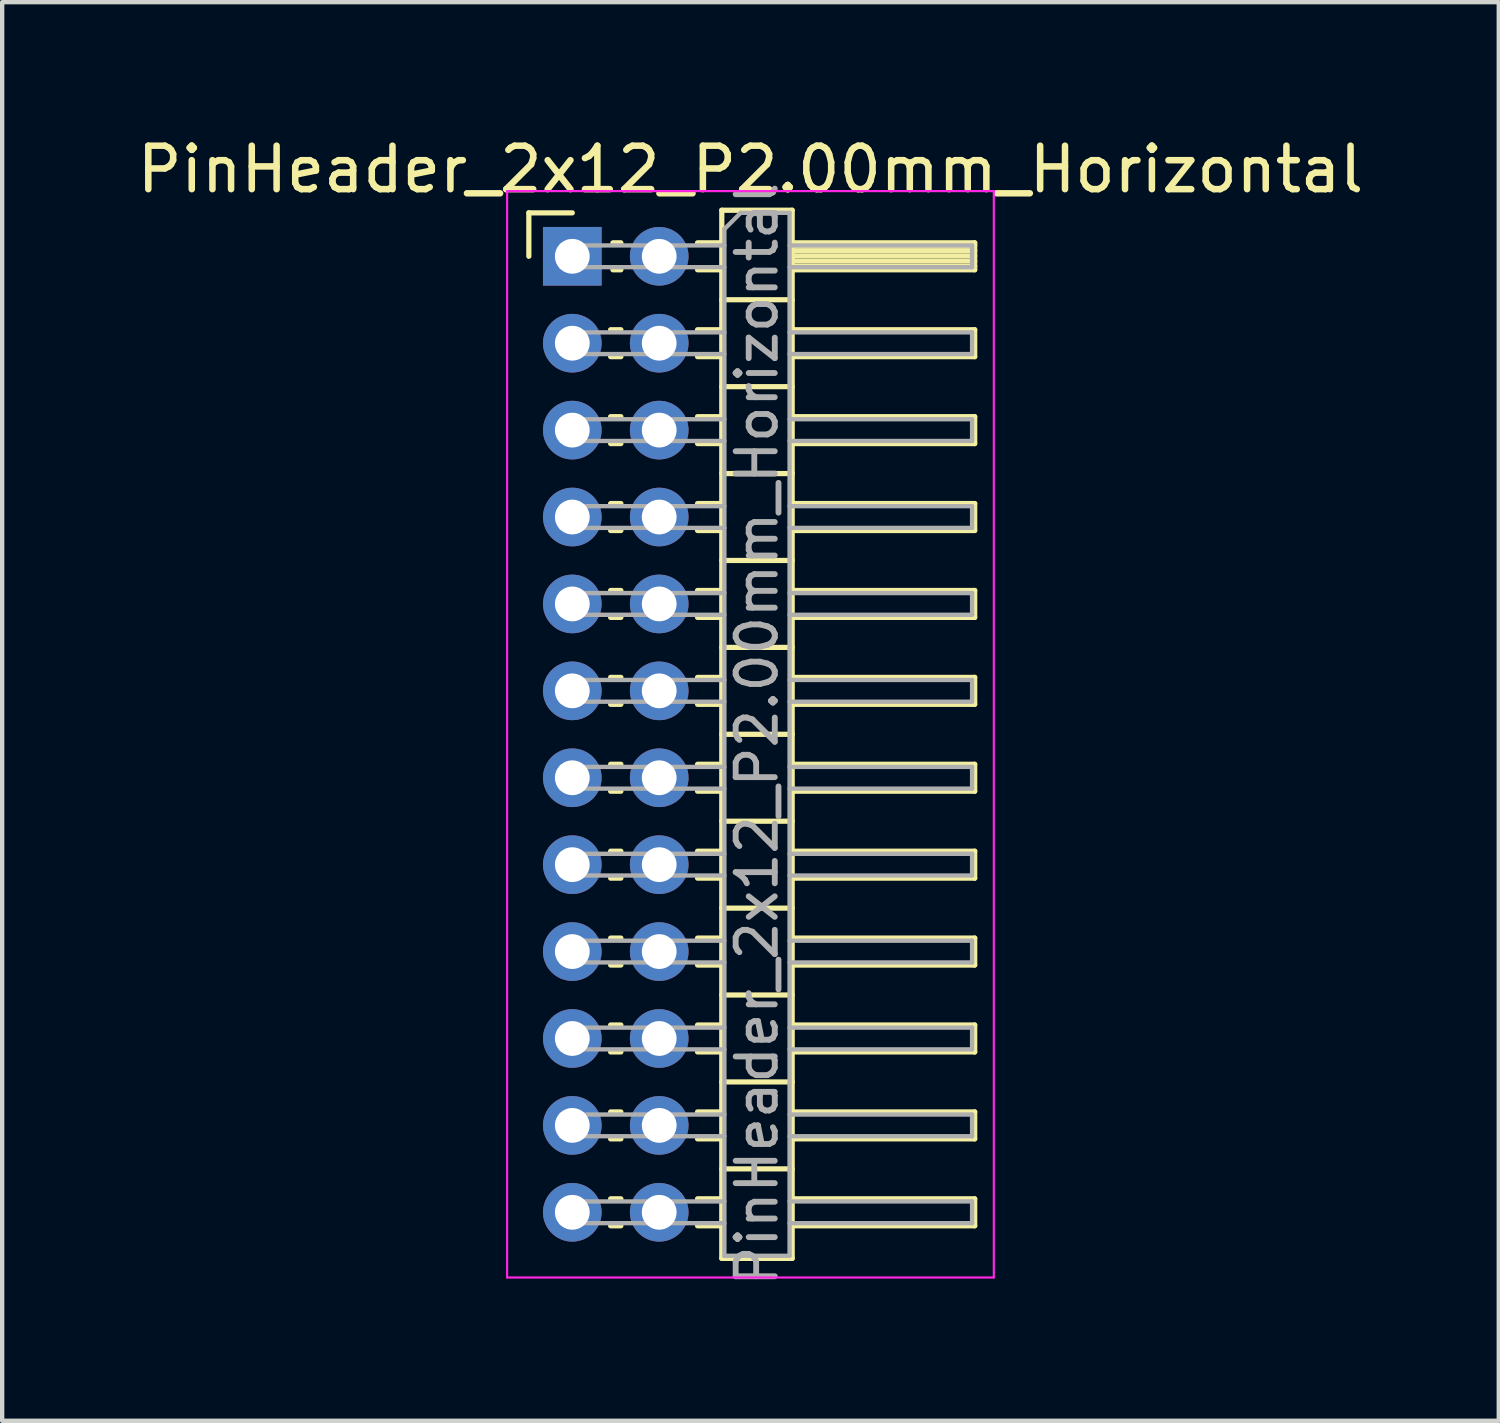
<source format=kicad_pcb>
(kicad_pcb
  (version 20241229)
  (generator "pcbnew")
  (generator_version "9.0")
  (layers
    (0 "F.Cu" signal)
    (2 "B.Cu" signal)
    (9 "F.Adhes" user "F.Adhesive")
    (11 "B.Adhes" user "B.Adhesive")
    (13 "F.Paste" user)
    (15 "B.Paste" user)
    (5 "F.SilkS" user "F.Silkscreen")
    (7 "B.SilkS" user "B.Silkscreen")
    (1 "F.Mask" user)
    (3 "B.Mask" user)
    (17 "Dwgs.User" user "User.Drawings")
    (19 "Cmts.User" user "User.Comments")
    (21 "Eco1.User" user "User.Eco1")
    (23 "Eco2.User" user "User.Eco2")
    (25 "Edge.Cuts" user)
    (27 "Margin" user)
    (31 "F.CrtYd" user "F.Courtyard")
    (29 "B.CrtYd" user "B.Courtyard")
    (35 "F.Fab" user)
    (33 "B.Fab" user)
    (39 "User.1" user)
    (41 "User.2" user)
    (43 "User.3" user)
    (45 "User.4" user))
  (footprint "PinHeader_2x12_P2.00mm_Horizontal"
    (layer "F.Cu")
    (at 10.12 2.848)
    (property "Reference" "PinHeader_2x12_P2.00mm_Horizontal" (at 4.1 -2 0) (layer "F.SilkS") (effects (font (size 1 1) (thickness 0.15))))
    (attr through_hole)
    (fp_line (start -1 -1) (end 0 -1) (stroke (width 0.12) (type solid)) (layer "F.SilkS"))
    (fp_line (start -1 0) (end -1 -1) (stroke (width 0.12) (type solid)) (layer "F.SilkS"))
    (fp_line (start 0.882 1.69) (end 1.118 1.69) (stroke (width 0.12) (type solid)) (layer "F.SilkS"))
    (fp_line (start 0.882 2.31) (end 1.118 2.31) (stroke (width 0.12) (type solid)) (layer "F.SilkS"))
    (fp_line (start 0.882 3.69) (end 1.118 3.69) (stroke (width 0.12) (type solid)) (layer "F.SilkS"))
    (fp_line (start 0.882 4.31) (end 1.118 4.31) (stroke (width 0.12) (type solid)) (layer "F.SilkS"))
    (fp_line (start 0.882 5.69) (end 1.118 5.69) (stroke (width 0.12) (type solid)) (layer "F.SilkS"))
    (fp_line (start 0.882 6.31) (end 1.118 6.31) (stroke (width 0.12) (type solid)) (layer "F.SilkS"))
    (fp_line (start 0.882 7.69) (end 1.118 7.69) (stroke (width 0.12) (type solid)) (layer "F.SilkS"))
    (fp_line (start 0.882 8.31) (end 1.118 8.31) (stroke (width 0.12) (type solid)) (layer "F.SilkS"))
    (fp_line (start 0.882 9.69) (end 1.118 9.69) (stroke (width 0.12) (type solid)) (layer "F.SilkS"))
    (fp_line (start 0.882 10.31) (end 1.118 10.31) (stroke (width 0.12) (type solid)) (layer "F.SilkS"))
    (fp_line (start 0.882 11.69) (end 1.118 11.69) (stroke (width 0.12) (type solid)) (layer "F.SilkS"))
    (fp_line (start 0.882 12.31) (end 1.118 12.31) (stroke (width 0.12) (type solid)) (layer "F.SilkS"))
    (fp_line (start 0.882 13.69) (end 1.118 13.69) (stroke (width 0.12) (type solid)) (layer "F.SilkS"))
    (fp_line (start 0.882 14.31) (end 1.118 14.31) (stroke (width 0.12) (type solid)) (layer "F.SilkS"))
    (fp_line (start 0.882 15.69) (end 1.118 15.69) (stroke (width 0.12) (type solid)) (layer "F.SilkS"))
    (fp_line (start 0.882 16.31) (end 1.118 16.31) (stroke (width 0.12) (type solid)) (layer "F.SilkS"))
    (fp_line (start 0.882 17.69) (end 1.118 17.69) (stroke (width 0.12) (type solid)) (layer "F.SilkS"))
    (fp_line (start 0.882 18.31) (end 1.118 18.31) (stroke (width 0.12) (type solid)) (layer "F.SilkS"))
    (fp_line (start 0.882 19.69) (end 1.118 19.69) (stroke (width 0.12) (type solid)) (layer "F.SilkS"))
    (fp_line (start 0.882 20.31) (end 1.118 20.31) (stroke (width 0.12) (type solid)) (layer "F.SilkS"))
    (fp_line (start 0.882 21.69) (end 1.118 21.69) (stroke (width 0.12) (type solid)) (layer "F.SilkS"))
    (fp_line (start 0.882 22.31) (end 1.118 22.31) (stroke (width 0.12) (type solid)) (layer "F.SilkS"))
    (fp_line (start 0.935 -0.31) (end 1.118 -0.31) (stroke (width 0.12) (type solid)) (layer "F.SilkS"))
    (fp_line (start 0.935 0.31) (end 1.118 0.31) (stroke (width 0.12) (type solid)) (layer "F.SilkS"))
    (fp_line (start 2.882 -0.31) (end 3.44 -0.31) (stroke (width 0.12) (type solid)) (layer "F.SilkS"))
    (fp_line (start 2.882 0.31) (end 3.44 0.31) (stroke (width 0.12) (type solid)) (layer "F.SilkS"))
    (fp_line (start 2.882 1.69) (end 3.44 1.69) (stroke (width 0.12) (type solid)) (layer "F.SilkS"))
    (fp_line (start 2.882 2.31) (end 3.44 2.31) (stroke (width 0.12) (type solid)) (layer "F.SilkS"))
    (fp_line (start 2.882 3.69) (end 3.44 3.69) (stroke (width 0.12) (type solid)) (layer "F.SilkS"))
    (fp_line (start 2.882 4.31) (end 3.44 4.31) (stroke (width 0.12) (type solid)) (layer "F.SilkS"))
    (fp_line (start 2.882 5.69) (end 3.44 5.69) (stroke (width 0.12) (type solid)) (layer "F.SilkS"))
    (fp_line (start 2.882 6.31) (end 3.44 6.31) (stroke (width 0.12) (type solid)) (layer "F.SilkS"))
    (fp_line (start 2.882 7.69) (end 3.44 7.69) (stroke (width 0.12) (type solid)) (layer "F.SilkS"))
    (fp_line (start 2.882 8.31) (end 3.44 8.31) (stroke (width 0.12) (type solid)) (layer "F.SilkS"))
    (fp_line (start 2.882 9.69) (end 3.44 9.69) (stroke (width 0.12) (type solid)) (layer "F.SilkS"))
    (fp_line (start 2.882 10.31) (end 3.44 10.31) (stroke (width 0.12) (type solid)) (layer "F.SilkS"))
    (fp_line (start 2.882 11.69) (end 3.44 11.69) (stroke (width 0.12) (type solid)) (layer "F.SilkS"))
    (fp_line (start 2.882 12.31) (end 3.44 12.31) (stroke (width 0.12) (type solid)) (layer "F.SilkS"))
    (fp_line (start 2.882 13.69) (end 3.44 13.69) (stroke (width 0.12) (type solid)) (layer "F.SilkS"))
    (fp_line (start 2.882 14.31) (end 3.44 14.31) (stroke (width 0.12) (type solid)) (layer "F.SilkS"))
    (fp_line (start 2.882 15.69) (end 3.44 15.69) (stroke (width 0.12) (type solid)) (layer "F.SilkS"))
    (fp_line (start 2.882 16.31) (end 3.44 16.31) (stroke (width 0.12) (type solid)) (layer "F.SilkS"))
    (fp_line (start 2.882 17.69) (end 3.44 17.69) (stroke (width 0.12) (type solid)) (layer "F.SilkS"))
    (fp_line (start 2.882 18.31) (end 3.44 18.31) (stroke (width 0.12) (type solid)) (layer "F.SilkS"))
    (fp_line (start 2.882 19.69) (end 3.44 19.69) (stroke (width 0.12) (type solid)) (layer "F.SilkS"))
    (fp_line (start 2.882 20.31) (end 3.44 20.31) (stroke (width 0.12) (type solid)) (layer "F.SilkS"))
    (fp_line (start 2.882 21.69) (end 3.44 21.69) (stroke (width 0.12) (type solid)) (layer "F.SilkS"))
    (fp_line (start 2.882 22.31) (end 3.44 22.31) (stroke (width 0.12) (type solid)) (layer "F.SilkS"))
    (fp_line (start 3.44 -1.06) (end 3.44 23.06) (stroke (width 0.12) (type solid)) (layer "F.SilkS"))
    (fp_line (start 3.44 1) (end 5.06 1) (stroke (width 0.12) (type solid)) (layer "F.SilkS"))
    (fp_line (start 3.44 3) (end 5.06 3) (stroke (width 0.12) (type solid)) (layer "F.SilkS"))
    (fp_line (start 3.44 5) (end 5.06 5) (stroke (width 0.12) (type solid)) (layer "F.SilkS"))
    (fp_line (start 3.44 7) (end 5.06 7) (stroke (width 0.12) (type solid)) (layer "F.SilkS"))
    (fp_line (start 3.44 9) (end 5.06 9) (stroke (width 0.12) (type solid)) (layer "F.SilkS"))
    (fp_line (start 3.44 11) (end 5.06 11) (stroke (width 0.12) (type solid)) (layer "F.SilkS"))
    (fp_line (start 3.44 13) (end 5.06 13) (stroke (width 0.12) (type solid)) (layer "F.SilkS"))
    (fp_line (start 3.44 15) (end 5.06 15) (stroke (width 0.12) (type solid)) (layer "F.SilkS"))
    (fp_line (start 3.44 17) (end 5.06 17) (stroke (width 0.12) (type solid)) (layer "F.SilkS"))
    (fp_line (start 3.44 19) (end 5.06 19) (stroke (width 0.12) (type solid)) (layer "F.SilkS"))
    (fp_line (start 3.44 21) (end 5.06 21) (stroke (width 0.12) (type solid)) (layer "F.SilkS"))
    (fp_line (start 3.44 23.06) (end 5.06 23.06) (stroke (width 0.12) (type solid)) (layer "F.SilkS"))
    (fp_line (start 5.06 -1.06) (end 3.44 -1.06) (stroke (width 0.12) (type solid)) (layer "F.SilkS"))
    (fp_line (start 5.06 -0.31) (end 9.26 -0.31) (stroke (width 0.12) (type solid)) (layer "F.SilkS"))
    (fp_line (start 5.06 -0.25) (end 9.26 -0.25) (stroke (width 0.12) (type solid)) (layer "F.SilkS"))
    (fp_line (start 5.06 -0.13) (end 9.26 -0.13) (stroke (width 0.12) (type solid)) (layer "F.SilkS"))
    (fp_line (start 5.06 -0.01) (end 9.26 -0.01) (stroke (width 0.12) (type solid)) (layer "F.SilkS"))
    (fp_line (start 5.06 0.11) (end 9.26 0.11) (stroke (width 0.12) (type solid)) (layer "F.SilkS"))
    (fp_line (start 5.06 0.23) (end 9.26 0.23) (stroke (width 0.12) (type solid)) (layer "F.SilkS"))
    (fp_line (start 5.06 1.69) (end 9.26 1.69) (stroke (width 0.12) (type solid)) (layer "F.SilkS"))
    (fp_line (start 5.06 3.69) (end 9.26 3.69) (stroke (width 0.12) (type solid)) (layer "F.SilkS"))
    (fp_line (start 5.06 5.69) (end 9.26 5.69) (stroke (width 0.12) (type solid)) (layer "F.SilkS"))
    (fp_line (start 5.06 7.69) (end 9.26 7.69) (stroke (width 0.12) (type solid)) (layer "F.SilkS"))
    (fp_line (start 5.06 9.69) (end 9.26 9.69) (stroke (width 0.12) (type solid)) (layer "F.SilkS"))
    (fp_line (start 5.06 11.69) (end 9.26 11.69) (stroke (width 0.12) (type solid)) (layer "F.SilkS"))
    (fp_line (start 5.06 13.69) (end 9.26 13.69) (stroke (width 0.12) (type solid)) (layer "F.SilkS"))
    (fp_line (start 5.06 15.69) (end 9.26 15.69) (stroke (width 0.12) (type solid)) (layer "F.SilkS"))
    (fp_line (start 5.06 17.69) (end 9.26 17.69) (stroke (width 0.12) (type solid)) (layer "F.SilkS"))
    (fp_line (start 5.06 19.69) (end 9.26 19.69) (stroke (width 0.12) (type solid)) (layer "F.SilkS"))
    (fp_line (start 5.06 21.69) (end 9.26 21.69) (stroke (width 0.12) (type solid)) (layer "F.SilkS"))
    (fp_line (start 5.06 23.06) (end 5.06 -1.06) (stroke (width 0.12) (type solid)) (layer "F.SilkS"))
    (fp_line (start 9.26 -0.31) (end 9.26 0.31) (stroke (width 0.12) (type solid)) (layer "F.SilkS"))
    (fp_line (start 9.26 0.31) (end 5.06 0.31) (stroke (width 0.12) (type solid)) (layer "F.SilkS"))
    (fp_line (start 9.26 1.69) (end 9.26 2.31) (stroke (width 0.12) (type solid)) (layer "F.SilkS"))
    (fp_line (start 9.26 2.31) (end 5.06 2.31) (stroke (width 0.12) (type solid)) (layer "F.SilkS"))
    (fp_line (start 9.26 3.69) (end 9.26 4.31) (stroke (width 0.12) (type solid)) (layer "F.SilkS"))
    (fp_line (start 9.26 4.31) (end 5.06 4.31) (stroke (width 0.12) (type solid)) (layer "F.SilkS"))
    (fp_line (start 9.26 5.69) (end 9.26 6.31) (stroke (width 0.12) (type solid)) (layer "F.SilkS"))
    (fp_line (start 9.26 6.31) (end 5.06 6.31) (stroke (width 0.12) (type solid)) (layer "F.SilkS"))
    (fp_line (start 9.26 7.69) (end 9.26 8.31) (stroke (width 0.12) (type solid)) (layer "F.SilkS"))
    (fp_line (start 9.26 8.31) (end 5.06 8.31) (stroke (width 0.12) (type solid)) (layer "F.SilkS"))
    (fp_line (start 9.26 9.69) (end 9.26 10.31) (stroke (width 0.12) (type solid)) (layer "F.SilkS"))
    (fp_line (start 9.26 10.31) (end 5.06 10.31) (stroke (width 0.12) (type solid)) (layer "F.SilkS"))
    (fp_line (start 9.26 11.69) (end 9.26 12.31) (stroke (width 0.12) (type solid)) (layer "F.SilkS"))
    (fp_line (start 9.26 12.31) (end 5.06 12.31) (stroke (width 0.12) (type solid)) (layer "F.SilkS"))
    (fp_line (start 9.26 13.69) (end 9.26 14.31) (stroke (width 0.12) (type solid)) (layer "F.SilkS"))
    (fp_line (start 9.26 14.31) (end 5.06 14.31) (stroke (width 0.12) (type solid)) (layer "F.SilkS"))
    (fp_line (start 9.26 15.69) (end 9.26 16.31) (stroke (width 0.12) (type solid)) (layer "F.SilkS"))
    (fp_line (start 9.26 16.31) (end 5.06 16.31) (stroke (width 0.12) (type solid)) (layer "F.SilkS"))
    (fp_line (start 9.26 17.69) (end 9.26 18.31) (stroke (width 0.12) (type solid)) (layer "F.SilkS"))
    (fp_line (start 9.26 18.31) (end 5.06 18.31) (stroke (width 0.12) (type solid)) (layer "F.SilkS"))
    (fp_line (start 9.26 19.69) (end 9.26 20.31) (stroke (width 0.12) (type solid)) (layer "F.SilkS"))
    (fp_line (start 9.26 20.31) (end 5.06 20.31) (stroke (width 0.12) (type solid)) (layer "F.SilkS"))
    (fp_line (start 9.26 21.69) (end 9.26 22.31) (stroke (width 0.12) (type solid)) (layer "F.SilkS"))
    (fp_line (start 9.26 22.31) (end 5.06 22.31) (stroke (width 0.12) (type solid)) (layer "F.SilkS"))
    (fp_line (start -1.5 -1.5) (end -1.5 23.5) (stroke (width 0.05) (type solid)) (layer "F.CrtYd"))
    (fp_line (start -1.5 23.5) (end 9.7 23.5) (stroke (width 0.05) (type solid)) (layer "F.CrtYd"))
    (fp_line (start 9.7 -1.5) (end -1.5 -1.5) (stroke (width 0.05) (type solid)) (layer "F.CrtYd"))
    (fp_line (start 9.7 23.5) (end 9.7 -1.5) (stroke (width 0.05) (type solid)) (layer "F.CrtYd"))
    (fp_line (start -0.25 -0.25) (end -0.25 0.25) (stroke (width 0.1) (type solid)) (layer "F.Fab"))
    (fp_line (start -0.25 -0.25) (end 3.5 -0.25) (stroke (width 0.1) (type solid)) (layer "F.Fab"))
    (fp_line (start -0.25 0.25) (end 3.5 0.25) (stroke (width 0.1) (type solid)) (layer "F.Fab"))
    (fp_line (start -0.25 1.75) (end -0.25 2.25) (stroke (width 0.1) (type solid)) (layer "F.Fab"))
    (fp_line (start -0.25 1.75) (end 3.5 1.75) (stroke (width 0.1) (type solid)) (layer "F.Fab"))
    (fp_line (start -0.25 2.25) (end 3.5 2.25) (stroke (width 0.1) (type solid)) (layer "F.Fab"))
    (fp_line (start -0.25 3.75) (end -0.25 4.25) (stroke (width 0.1) (type solid)) (layer "F.Fab"))
    (fp_line (start -0.25 3.75) (end 3.5 3.75) (stroke (width 0.1) (type solid)) (layer "F.Fab"))
    (fp_line (start -0.25 4.25) (end 3.5 4.25) (stroke (width 0.1) (type solid)) (layer "F.Fab"))
    (fp_line (start -0.25 5.75) (end -0.25 6.25) (stroke (width 0.1) (type solid)) (layer "F.Fab"))
    (fp_line (start -0.25 5.75) (end 3.5 5.75) (stroke (width 0.1) (type solid)) (layer "F.Fab"))
    (fp_line (start -0.25 6.25) (end 3.5 6.25) (stroke (width 0.1) (type solid)) (layer "F.Fab"))
    (fp_line (start -0.25 7.75) (end -0.25 8.25) (stroke (width 0.1) (type solid)) (layer "F.Fab"))
    (fp_line (start -0.25 7.75) (end 3.5 7.75) (stroke (width 0.1) (type solid)) (layer "F.Fab"))
    (fp_line (start -0.25 8.25) (end 3.5 8.25) (stroke (width 0.1) (type solid)) (layer "F.Fab"))
    (fp_line (start -0.25 9.75) (end -0.25 10.25) (stroke (width 0.1) (type solid)) (layer "F.Fab"))
    (fp_line (start -0.25 9.75) (end 3.5 9.75) (stroke (width 0.1) (type solid)) (layer "F.Fab"))
    (fp_line (start -0.25 10.25) (end 3.5 10.25) (stroke (width 0.1) (type solid)) (layer "F.Fab"))
    (fp_line (start -0.25 11.75) (end -0.25 12.25) (stroke (width 0.1) (type solid)) (layer "F.Fab"))
    (fp_line (start -0.25 11.75) (end 3.5 11.75) (stroke (width 0.1) (type solid)) (layer "F.Fab"))
    (fp_line (start -0.25 12.25) (end 3.5 12.25) (stroke (width 0.1) (type solid)) (layer "F.Fab"))
    (fp_line (start -0.25 13.75) (end -0.25 14.25) (stroke (width 0.1) (type solid)) (layer "F.Fab"))
    (fp_line (start -0.25 13.75) (end 3.5 13.75) (stroke (width 0.1) (type solid)) (layer "F.Fab"))
    (fp_line (start -0.25 14.25) (end 3.5 14.25) (stroke (width 0.1) (type solid)) (layer "F.Fab"))
    (fp_line (start -0.25 15.75) (end -0.25 16.25) (stroke (width 0.1) (type solid)) (layer "F.Fab"))
    (fp_line (start -0.25 15.75) (end 3.5 15.75) (stroke (width 0.1) (type solid)) (layer "F.Fab"))
    (fp_line (start -0.25 16.25) (end 3.5 16.25) (stroke (width 0.1) (type solid)) (layer "F.Fab"))
    (fp_line (start -0.25 17.75) (end -0.25 18.25) (stroke (width 0.1) (type solid)) (layer "F.Fab"))
    (fp_line (start -0.25 17.75) (end 3.5 17.75) (stroke (width 0.1) (type solid)) (layer "F.Fab"))
    (fp_line (start -0.25 18.25) (end 3.5 18.25) (stroke (width 0.1) (type solid)) (layer "F.Fab"))
    (fp_line (start -0.25 19.75) (end -0.25 20.25) (stroke (width 0.1) (type solid)) (layer "F.Fab"))
    (fp_line (start -0.25 19.75) (end 3.5 19.75) (stroke (width 0.1) (type solid)) (layer "F.Fab"))
    (fp_line (start -0.25 20.25) (end 3.5 20.25) (stroke (width 0.1) (type solid)) (layer "F.Fab"))
    (fp_line (start -0.25 21.75) (end -0.25 22.25) (stroke (width 0.1) (type solid)) (layer "F.Fab"))
    (fp_line (start -0.25 21.75) (end 3.5 21.75) (stroke (width 0.1) (type solid)) (layer "F.Fab"))
    (fp_line (start -0.25 22.25) (end 3.5 22.25) (stroke (width 0.1) (type solid)) (layer "F.Fab"))
    (fp_line (start 3.5 -0.625) (end 3.875 -1) (stroke (width 0.1) (type solid)) (layer "F.Fab"))
    (fp_line (start 3.5 23) (end 3.5 -0.625) (stroke (width 0.1) (type solid)) (layer "F.Fab"))
    (fp_line (start 3.875 -1) (end 5 -1) (stroke (width 0.1) (type solid)) (layer "F.Fab"))
    (fp_line (start 5 -1) (end 5 23) (stroke (width 0.1) (type solid)) (layer "F.Fab"))
    (fp_line (start 5 -0.25) (end 9.2 -0.25) (stroke (width 0.1) (type solid)) (layer "F.Fab"))
    (fp_line (start 5 0.25) (end 9.2 0.25) (stroke (width 0.1) (type solid)) (layer "F.Fab"))
    (fp_line (start 5 1.75) (end 9.2 1.75) (stroke (width 0.1) (type solid)) (layer "F.Fab"))
    (fp_line (start 5 2.25) (end 9.2 2.25) (stroke (width 0.1) (type solid)) (layer "F.Fab"))
    (fp_line (start 5 3.75) (end 9.2 3.75) (stroke (width 0.1) (type solid)) (layer "F.Fab"))
    (fp_line (start 5 4.25) (end 9.2 4.25) (stroke (width 0.1) (type solid)) (layer "F.Fab"))
    (fp_line (start 5 5.75) (end 9.2 5.75) (stroke (width 0.1) (type solid)) (layer "F.Fab"))
    (fp_line (start 5 6.25) (end 9.2 6.25) (stroke (width 0.1) (type solid)) (layer "F.Fab"))
    (fp_line (start 5 7.75) (end 9.2 7.75) (stroke (width 0.1) (type solid)) (layer "F.Fab"))
    (fp_line (start 5 8.25) (end 9.2 8.25) (stroke (width 0.1) (type solid)) (layer "F.Fab"))
    (fp_line (start 5 9.75) (end 9.2 9.75) (stroke (width 0.1) (type solid)) (layer "F.Fab"))
    (fp_line (start 5 10.25) (end 9.2 10.25) (stroke (width 0.1) (type solid)) (layer "F.Fab"))
    (fp_line (start 5 11.75) (end 9.2 11.75) (stroke (width 0.1) (type solid)) (layer "F.Fab"))
    (fp_line (start 5 12.25) (end 9.2 12.25) (stroke (width 0.1) (type solid)) (layer "F.Fab"))
    (fp_line (start 5 13.75) (end 9.2 13.75) (stroke (width 0.1) (type solid)) (layer "F.Fab"))
    (fp_line (start 5 14.25) (end 9.2 14.25) (stroke (width 0.1) (type solid)) (layer "F.Fab"))
    (fp_line (start 5 15.75) (end 9.2 15.75) (stroke (width 0.1) (type solid)) (layer "F.Fab"))
    (fp_line (start 5 16.25) (end 9.2 16.25) (stroke (width 0.1) (type solid)) (layer "F.Fab"))
    (fp_line (start 5 17.75) (end 9.2 17.75) (stroke (width 0.1) (type solid)) (layer "F.Fab"))
    (fp_line (start 5 18.25) (end 9.2 18.25) (stroke (width 0.1) (type solid)) (layer "F.Fab"))
    (fp_line (start 5 19.75) (end 9.2 19.75) (stroke (width 0.1) (type solid)) (layer "F.Fab"))
    (fp_line (start 5 20.25) (end 9.2 20.25) (stroke (width 0.1) (type solid)) (layer "F.Fab"))
    (fp_line (start 5 21.75) (end 9.2 21.75) (stroke (width 0.1) (type solid)) (layer "F.Fab"))
    (fp_line (start 5 22.25) (end 9.2 22.25) (stroke (width 0.1) (type solid)) (layer "F.Fab"))
    (fp_line (start 5 23) (end 3.5 23) (stroke (width 0.1) (type solid)) (layer "F.Fab"))
    (fp_line (start 9.2 -0.25) (end 9.2 0.25) (stroke (width 0.1) (type solid)) (layer "F.Fab"))
    (fp_line (start 9.2 1.75) (end 9.2 2.25) (stroke (width 0.1) (type solid)) (layer "F.Fab"))
    (fp_line (start 9.2 3.75) (end 9.2 4.25) (stroke (width 0.1) (type solid)) (layer "F.Fab"))
    (fp_line (start 9.2 5.75) (end 9.2 6.25) (stroke (width 0.1) (type solid)) (layer "F.Fab"))
    (fp_line (start 9.2 7.75) (end 9.2 8.25) (stroke (width 0.1) (type solid)) (layer "F.Fab"))
    (fp_line (start 9.2 9.75) (end 9.2 10.25) (stroke (width 0.1) (type solid)) (layer "F.Fab"))
    (fp_line (start 9.2 11.75) (end 9.2 12.25) (stroke (width 0.1) (type solid)) (layer "F.Fab"))
    (fp_line (start 9.2 13.75) (end 9.2 14.25) (stroke (width 0.1) (type solid)) (layer "F.Fab"))
    (fp_line (start 9.2 15.75) (end 9.2 16.25) (stroke (width 0.1) (type solid)) (layer "F.Fab"))
    (fp_line (start 9.2 17.75) (end 9.2 18.25) (stroke (width 0.1) (type solid)) (layer "F.Fab"))
    (fp_line (start 9.2 19.75) (end 9.2 20.25) (stroke (width 0.1) (type solid)) (layer "F.Fab"))
    (fp_line (start 9.2 21.75) (end 9.2 22.25) (stroke (width 0.1) (type solid)) (layer "F.Fab"))
    (fp_text user "${REFERENCE}" (at 4.25 11 90) (layer "F.Fab") (effects (font (size 0.9 0.9) (thickness 0.135))))
    (pad "1" thru_hole rect (at 0 0) (size 1.35 1.35) (drill 0.8) (layers "*.Cu" "*.Mask"))
    (pad "2" thru_hole oval (at 2 0) (size 1.35 1.35) (drill 0.8) (layers "*.Cu" "*.Mask"))
    (pad "3" thru_hole oval (at 0 2) (size 1.35 1.35) (drill 0.8) (layers "*.Cu" "*.Mask"))
    (pad "4" thru_hole oval (at 2 2) (size 1.35 1.35) (drill 0.8) (layers "*.Cu" "*.Mask"))
    (pad "5" thru_hole oval (at 0 4) (size 1.35 1.35) (drill 0.8) (layers "*.Cu" "*.Mask"))
    (pad "6" thru_hole oval (at 2 4) (size 1.35 1.35) (drill 0.8) (layers "*.Cu" "*.Mask"))
    (pad "7" thru_hole oval (at 0 6) (size 1.35 1.35) (drill 0.8) (layers "*.Cu" "*.Mask"))
    (pad "8" thru_hole oval (at 2 6) (size 1.35 1.35) (drill 0.8) (layers "*.Cu" "*.Mask"))
    (pad "9" thru_hole oval (at 0 8) (size 1.35 1.35) (drill 0.8) (layers "*.Cu" "*.Mask"))
    (pad "10" thru_hole oval (at 2 8) (size 1.35 1.35) (drill 0.8) (layers "*.Cu" "*.Mask"))
    (pad "11" thru_hole oval (at 0 10) (size 1.35 1.35) (drill 0.8) (layers "*.Cu" "*.Mask"))
    (pad "12" thru_hole oval (at 2 10) (size 1.35 1.35) (drill 0.8) (layers "*.Cu" "*.Mask"))
    (pad "13" thru_hole oval (at 0 12) (size 1.35 1.35) (drill 0.8) (layers "*.Cu" "*.Mask"))
    (pad "14" thru_hole oval (at 2 12) (size 1.35 1.35) (drill 0.8) (layers "*.Cu" "*.Mask"))
    (pad "15" thru_hole oval (at 0 14) (size 1.35 1.35) (drill 0.8) (layers "*.Cu" "*.Mask"))
    (pad "16" thru_hole oval (at 2 14) (size 1.35 1.35) (drill 0.8) (layers "*.Cu" "*.Mask"))
    (pad "17" thru_hole oval (at 0 16) (size 1.35 1.35) (drill 0.8) (layers "*.Cu" "*.Mask"))
    (pad "18" thru_hole oval (at 2 16) (size 1.35 1.35) (drill 0.8) (layers "*.Cu" "*.Mask"))
    (pad "19" thru_hole oval (at 0 18) (size 1.35 1.35) (drill 0.8) (layers "*.Cu" "*.Mask"))
    (pad "20" thru_hole oval (at 2 18) (size 1.35 1.35) (drill 0.8) (layers "*.Cu" "*.Mask"))
    (pad "21" thru_hole oval (at 0 20) (size 1.35 1.35) (drill 0.8) (layers "*.Cu" "*.Mask"))
    (pad "22" thru_hole oval (at 2 20) (size 1.35 1.35) (drill 0.8) (layers "*.Cu" "*.Mask"))
    (pad "23" thru_hole oval (at 0 22) (size 1.35 1.35) (drill 0.8) (layers "*.Cu" "*.Mask"))
    (pad "24" thru_hole oval (at 2 22) (size 1.35 1.35) (drill 0.8) (layers "*.Cu" "*.Mask")))
  (gr_rect
    (start -3 -3)
    (end 31.44 29.646)
    (stroke (width 0.1) (type default))
    (fill no)
    (layer "Edge.Cuts")))
</source>
